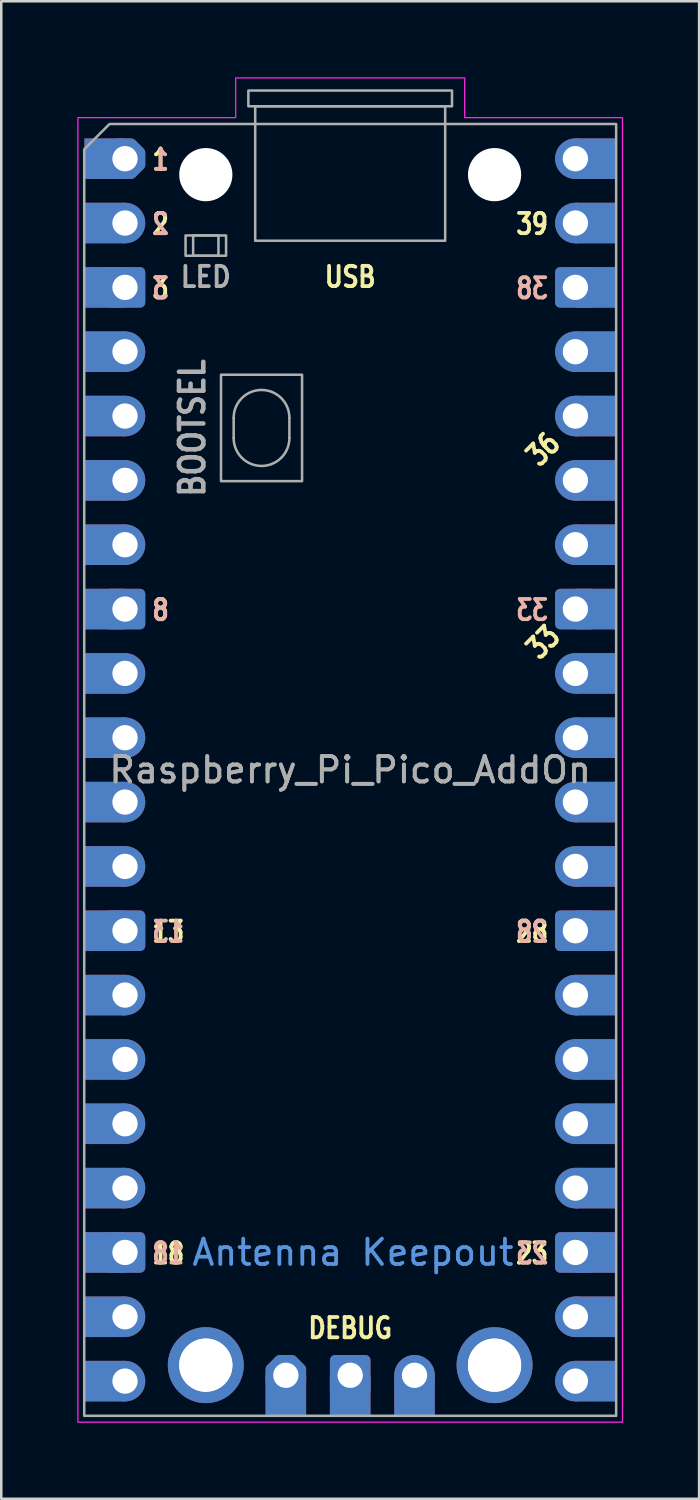
<source format=kicad_pcb>
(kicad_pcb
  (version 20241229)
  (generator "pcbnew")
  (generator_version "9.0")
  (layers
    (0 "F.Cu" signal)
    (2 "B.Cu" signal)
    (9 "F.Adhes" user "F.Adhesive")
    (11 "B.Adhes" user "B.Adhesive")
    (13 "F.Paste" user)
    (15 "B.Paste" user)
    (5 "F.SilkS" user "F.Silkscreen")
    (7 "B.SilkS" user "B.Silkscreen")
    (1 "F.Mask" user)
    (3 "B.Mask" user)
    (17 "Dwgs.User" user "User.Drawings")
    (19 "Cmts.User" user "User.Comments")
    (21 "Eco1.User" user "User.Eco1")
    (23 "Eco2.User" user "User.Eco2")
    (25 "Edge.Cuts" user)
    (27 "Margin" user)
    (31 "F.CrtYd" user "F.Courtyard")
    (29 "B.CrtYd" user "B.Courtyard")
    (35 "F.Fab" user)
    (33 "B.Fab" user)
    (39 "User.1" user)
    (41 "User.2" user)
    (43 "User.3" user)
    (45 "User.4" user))
  (footprint "Raspberry_Pi_Pico_AddOn"
    (layer "F.Cu")
    (at 1.885 3.215)
    (property "Reference" "Raspberry_Pi_Pico_AddOn" (at 8.89 24.13 0) (layer "F.Fab") (effects (font (size 1 1) (thickness 0.15))))
    (attr through_hole)
    (fp_poly (pts (xy 13.41 -1.62) (xy 19.64 -1.62) (xy 19.64 49.88) (xy -1.86 49.88) (xy -1.86 -1.62) (xy 4.37 -1.62) (xy 4.37 -3.19) (xy 13.41 -3.19)) (stroke (width 0.05) (type solid)) (fill no) (layer "F.CrtYd"))
    (fp_line (start 4.29 10.23) (end 4.29 11.03) (stroke (width 0.1) (type solid)) (layer "F.Fab"))
    (fp_line (start 6.49 10.23) (end 6.49 11.03) (stroke (width 0.1) (type solid)) (layer "F.Fab"))
    (fp_rect (start 2.39 3.03) (end 3.99 3.83) (stroke (width 0.1) (type solid)) (fill no) (layer "F.Fab"))
    (fp_rect (start 2.69 3.03) (end 3.69 3.83) (stroke (width 0.1) (type solid)) (fill no) (layer "F.Fab"))
    (fp_rect (start 3.79 8.53) (end 6.99 12.73) (stroke (width 0.1) (type solid)) (fill no) (layer "F.Fab"))
    (fp_rect (start 4.87 -2.69) (end 12.91 -2.07) (stroke (width 0.1) (type solid)) (fill no) (layer "F.Fab"))
    (fp_rect (start 5.14 -2.07) (end 12.64 3.24) (stroke (width 0.1) (type solid)) (fill no) (layer "F.Fab"))
    (fp_arc (start 4.29 10.23) (mid 5.39 9.13) (end 6.49 10.23) (stroke (width 0.1) (type solid)) (layer "F.Fab"))
    (fp_arc (start 6.49 11.03) (mid 5.39 12.13) (end 4.29 11.03) (stroke (width 0.1) (type solid)) (layer "F.Fab"))
    (fp_poly (pts (xy 19.39 49.63) (xy -1.61 49.63) (xy -1.61 -0.37) (xy -0.61 -1.37) (xy 19.39 -1.37)) (stroke (width 0.1) (type solid)) (fill no) (layer "F.Fab"))
    (fp_text user "33" (at 16.51 19.088 45) (unlocked yes) (layer "F.SilkS") (effects (font (size 0.8 0.64) (thickness 0.15))))
    (fp_text user "1" (at 1 0.038 0) (unlocked yes) (layer "F.SilkS") (effects (font (size 0.8 0.64) (thickness 0.15)) (justify left)))
    (fp_text user "39" (at 16.78 2.578 0) (unlocked yes) (layer "F.SilkS") (effects (font (size 0.8 0.64) (thickness 0.15)) (justify right)))
    (fp_text user "DEBUG" (at 8.89 46.168 0) (unlocked yes) (layer "F.SilkS") (effects (font (size 0.8 0.66) (thickness 0.15))))
    (fp_text user "36" (at 16.51 11.468 45) (unlocked yes) (layer "F.SilkS") (effects (font (size 0.8 0.64) (thickness 0.15))))
    (fp_text user "8" (at 1 17.818 0) (unlocked yes) (layer "F.SilkS") (effects (font (size 0.8 0.64) (thickness 0.15)) (justify left)))
    (fp_text user "13" (at 1 30.518 0) (unlocked yes) (layer "F.SilkS") (effects (font (size 0.8 0.64) (thickness 0.15)) (justify left)))
    (fp_text user "18" (at 1 43.218 0) (unlocked yes) (layer "F.SilkS") (effects (font (size 0.8 0.64) (thickness 0.15)) (justify left)))
    (fp_text user "3" (at 1 5.118 0) (unlocked yes) (layer "F.SilkS") (effects (font (size 0.8 0.64) (thickness 0.15)) (justify left)))
    (fp_text user "23" (at 16.78 43.218 0) (unlocked yes) (layer "F.SilkS") (effects (font (size 0.8 0.64) (thickness 0.15)) (justify right)))
    (fp_text user "USB" (at 8.89 4.668 0) (unlocked yes) (layer "F.SilkS") (effects (font (size 0.8 0.66) (thickness 0.15))))
    (fp_text user "2" (at 1 2.578 0) (unlocked yes) (layer "F.SilkS") (effects (font (size 0.8 0.64) (thickness 0.15)) (justify left)))
    (fp_text user "28" (at 16.78 30.518 0) (unlocked yes) (layer "F.SilkS") (effects (font (size 0.8 0.64) (thickness 0.15)) (justify right)))
    (fp_text user "23" (at 16.78 43.218 0) (unlocked yes) (layer "B.SilkS") (effects (font (size 0.8 0.64) (thickness 0.15)) (justify left mirror)))
    (fp_text user "13" (at 1 30.518 0) (unlocked yes) (layer "B.SilkS") (effects (font (size 0.8 0.64) (thickness 0.15)) (justify right mirror)))
    (fp_text user "33" (at 16.78 17.818 0) (unlocked yes) (layer "B.SilkS") (effects (font (size 0.8 0.64) (thickness 0.15)) (justify left mirror)))
    (fp_text user "2" (at 1 2.578 0) (unlocked yes) (layer "B.SilkS") (effects (font (size 0.8 0.64) (thickness 0.15)) (justify right mirror)))
    (fp_text user "1" (at 1 0.038 0) (unlocked yes) (layer "B.SilkS") (effects (font (size 0.8 0.64) (thickness 0.15)) (justify right mirror)))
    (fp_text user "8" (at 1 17.818 0) (unlocked yes) (layer "B.SilkS") (effects (font (size 0.8 0.64) (thickness 0.15)) (justify right mirror)))
    (fp_text user "18" (at 1 43.218 0) (unlocked yes) (layer "B.SilkS") (effects (font (size 0.8 0.64) (thickness 0.15)) (justify right mirror)))
    (fp_text user "38" (at 16.78 5.118 0) (unlocked yes) (layer "B.SilkS") (effects (font (size 0.8 0.64) (thickness 0.15)) (justify left mirror)))
    (fp_text user "3" (at 1 5.118 0) (unlocked yes) (layer "B.SilkS") (effects (font (size 0.8 0.64) (thickness 0.15)) (justify right mirror)))
    (fp_text user "28" (at 16.78 30.518 0) (unlocked yes) (layer "B.SilkS") (effects (font (size 0.8 0.64) (thickness 0.15)) (justify left mirror)))
    (fp_text user "Antenna Keepout" (at 9 43.18 0) (unlocked yes) (layer "Cmts.User") (effects (font (size 1 1) (thickness 0.15))))
    (fp_text user "BOOTSEL" (at 2.656 10.63 90) (unlocked yes) (layer "F.Fab") (effects (font (size 0.96 0.825) (thickness 0.18))))
    (fp_text user "${REFERENCE}" (at 8.89 24.13 0) (unlocked yes) (layer "F.Fab") (effects (font (size 1 1) (thickness 0.15))))
    (fp_text user "LED" (at 3.19 4.668 0) (unlocked yes) (layer "F.Fab") (effects (font (size 0.8 0.72) (thickness 0.15))))
    (pad "" np_thru_hole circle (at 3.19 0.63) (size 2.1 2.1) (drill 2.1) (layers "*.Cu" "*.Mask"))
    (pad "" np_thru_hole circle (at 3.19 47.63) (size 2.1 2.1) (drill 2.1) (layers "*.Cu" "*.Mask"))
    (pad "" np_thru_hole circle (at 14.59 0.63) (size 2.1 2.1) (drill 2.1) (layers "*.Cu" "*.Mask"))
    (pad "" np_thru_hole circle (at 14.59 47.63) (size 2.1 2.1) (drill 2.1) (layers "*.Cu" "*.Mask"))
    (pad "1" smd rect (at -0.8 0) (size 1.6 1.6) (layers "F.Cu" "F.Mask"))
    (pad "1" smd rect (at -0.8 0) (size 1.6 1.6) (layers "B.Cu" "B.Mask"))
    (pad "1" thru_hole custom (at 0 0) (size 1.6 1.6) (drill 1) (layers "*.Cu" "*.Mask") (options (anchor circle)) (primitives (gr_poly (pts (xy 0.6 0.249) (xy 0.249 0.6) (xy -0.249 0.6) (xy -0.6 0.249) (xy -0.6 -0.249) (xy -0.249 -0.6) (xy 0.249 -0.6) (xy 0.6 -0.249)) (width 0.4) (fill yes))))
    (pad "2" smd rect (at -0.8 2.54) (size 1.6 1.6) (layers "F.Cu" "F.Mask"))
    (pad "2" smd rect (at -0.8 2.54) (size 1.6 1.6) (layers "B.Cu" "B.Mask"))
    (pad "2" thru_hole circle (at 0 2.54) (size 1.6 1.6) (drill 1) (layers "*.Cu" "*.Mask"))
    (pad "3" smd rect (at -0.8 5.08) (size 1.6 1.6) (layers "F.Cu" "F.Mask"))
    (pad "3" smd rect (at -0.8 5.08) (size 1.6 1.6) (layers "B.Cu" "B.Mask"))
    (pad "3" thru_hole roundrect (at 0 5.08) (size 1.6 1.6) (drill 1) (layers "*.Cu" "*.Mask") (roundrect_rratio 0.125))
    (pad "4" smd rect (at -0.8 7.62) (size 1.6 1.6) (layers "F.Cu" "F.Mask"))
    (pad "4" smd rect (at -0.8 7.62) (size 1.6 1.6) (layers "B.Cu" "B.Mask"))
    (pad "4" thru_hole circle (at 0 7.62) (size 1.6 1.6) (drill 1) (layers "*.Cu" "*.Mask"))
    (pad "5" smd rect (at -0.8 10.16) (size 1.6 1.6) (layers "F.Cu" "F.Mask"))
    (pad "5" smd rect (at -0.8 10.16) (size 1.6 1.6) (layers "B.Cu" "B.Mask"))
    (pad "5" thru_hole circle (at 0 10.16) (size 1.6 1.6) (drill 1) (layers "*.Cu" "*.Mask"))
    (pad "6" smd rect (at -0.8 12.7) (size 1.6 1.6) (layers "F.Cu" "F.Mask"))
    (pad "6" smd rect (at -0.8 12.7) (size 1.6 1.6) (layers "B.Cu" "B.Mask"))
    (pad "6" thru_hole circle (at 0 12.7) (size 1.6 1.6) (drill 1) (layers "*.Cu" "*.Mask"))
    (pad "7" smd rect (at -0.8 15.24) (size 1.6 1.6) (layers "F.Cu" "F.Mask"))
    (pad "7" smd rect (at -0.8 15.24) (size 1.6 1.6) (layers "B.Cu" "B.Mask"))
    (pad "7" thru_hole circle (at 0 15.24) (size 1.6 1.6) (drill 1) (layers "*.Cu" "*.Mask"))
    (pad "8" smd rect (at -0.8 17.78) (size 1.6 1.6) (layers "F.Cu" "F.Mask"))
    (pad "8" smd rect (at -0.8 17.78) (size 1.6 1.6) (layers "B.Cu" "B.Mask"))
    (pad "8" thru_hole roundrect (at 0 17.78) (size 1.6 1.6) (drill 1) (layers "*.Cu" "*.Mask") (roundrect_rratio 0.125))
    (pad "9" smd rect (at -0.8 20.32) (size 1.6 1.6) (layers "F.Cu" "F.Mask"))
    (pad "9" smd rect (at -0.8 20.32) (size 1.6 1.6) (layers "B.Cu" "B.Mask"))
    (pad "9" thru_hole circle (at 0 20.32) (size 1.6 1.6) (drill 1) (layers "*.Cu" "*.Mask"))
    (pad "10" smd rect (at -0.8 22.86) (size 1.6 1.6) (layers "F.Cu" "F.Mask"))
    (pad "10" smd rect (at -0.8 22.86) (size 1.6 1.6) (layers "B.Cu" "B.Mask"))
    (pad "10" thru_hole circle (at 0 22.86) (size 1.6 1.6) (drill 1) (layers "*.Cu" "*.Mask"))
    (pad "11" smd rect (at -0.8 25.4) (size 1.6 1.6) (layers "F.Cu" "F.Mask"))
    (pad "11" smd rect (at -0.8 25.4) (size 1.6 1.6) (layers "B.Cu" "B.Mask"))
    (pad "11" thru_hole circle (at 0 25.4) (size 1.6 1.6) (drill 1) (layers "*.Cu" "*.Mask"))
    (pad "12" smd rect (at -0.8 27.94) (size 1.6 1.6) (layers "F.Cu" "F.Mask"))
    (pad "12" smd rect (at -0.8 27.94) (size 1.6 1.6) (layers "B.Cu" "B.Mask"))
    (pad "12" thru_hole circle (at 0 27.94) (size 1.6 1.6) (drill 1) (layers "*.Cu" "*.Mask"))
    (pad "13" smd rect (at -0.8 30.48) (size 1.6 1.6) (layers "F.Cu" "F.Mask"))
    (pad "13" smd rect (at -0.8 30.48) (size 1.6 1.6) (layers "B.Cu" "B.Mask"))
    (pad "13" thru_hole roundrect (at 0 30.48) (size 1.6 1.6) (drill 1) (layers "*.Cu" "*.Mask") (roundrect_rratio 0.125))
    (pad "14" smd rect (at -0.8 33.02) (size 1.6 1.6) (layers "F.Cu" "F.Mask"))
    (pad "14" smd rect (at -0.8 33.02) (size 1.6 1.6) (layers "B.Cu" "B.Mask"))
    (pad "14" thru_hole circle (at 0 33.02) (size 1.6 1.6) (drill 1) (layers "*.Cu" "*.Mask"))
    (pad "15" smd rect (at -0.8 35.56) (size 1.6 1.6) (layers "F.Cu" "F.Mask"))
    (pad "15" smd rect (at -0.8 35.56) (size 1.6 1.6) (layers "B.Cu" "B.Mask"))
    (pad "15" thru_hole circle (at 0 35.56) (size 1.6 1.6) (drill 1) (layers "*.Cu" "*.Mask"))
    (pad "16" smd rect (at -0.8 38.1) (size 1.6 1.6) (layers "F.Cu" "F.Mask"))
    (pad "16" smd rect (at -0.8 38.1) (size 1.6 1.6) (layers "B.Cu" "B.Mask"))
    (pad "16" thru_hole circle (at 0 38.1) (size 1.6 1.6) (drill 1) (layers "*.Cu" "*.Mask"))
    (pad "17" smd rect (at -0.8 40.64) (size 1.6 1.6) (layers "F.Cu" "F.Mask"))
    (pad "17" smd rect (at -0.8 40.64) (size 1.6 1.6) (layers "B.Cu" "B.Mask"))
    (pad "17" thru_hole circle (at 0 40.64) (size 1.6 1.6) (drill 1) (layers "*.Cu" "*.Mask"))
    (pad "18" smd rect (at -0.8 43.18) (size 1.6 1.6) (layers "F.Cu" "F.Mask"))
    (pad "18" smd rect (at -0.8 43.18) (size 1.6 1.6) (layers "B.Cu" "B.Mask"))
    (pad "18" thru_hole roundrect (at 0 43.18) (size 1.6 1.6) (drill 1) (layers "*.Cu" "*.Mask") (roundrect_rratio 0.125))
    (pad "19" smd rect (at -0.8 45.72) (size 1.6 1.6) (layers "F.Cu" "F.Mask"))
    (pad "19" smd rect (at -0.8 45.72) (size 1.6 1.6) (layers "B.Cu" "B.Mask"))
    (pad "19" thru_hole circle (at 0 45.72) (size 1.6 1.6) (drill 1) (layers "*.Cu" "*.Mask"))
    (pad "20" smd rect (at -0.8 48.26) (size 1.6 1.6) (layers "F.Cu" "F.Mask"))
    (pad "20" smd rect (at -0.8 48.26) (size 1.6 1.6) (layers "B.Cu" "B.Mask"))
    (pad "20" thru_hole circle (at 0 48.26) (size 1.6 1.6) (drill 1) (layers "*.Cu" "*.Mask"))
    (pad "21" thru_hole circle (at 17.78 48.26) (size 1.6 1.6) (drill 1) (layers "*.Cu" "*.Mask"))
    (pad "21" smd rect (at 18.58 48.26) (size 1.6 1.6) (layers "F.Cu" "F.Mask"))
    (pad "21" smd rect (at 18.58 48.26) (size 1.6 1.6) (layers "B.Cu" "B.Mask"))
    (pad "22" thru_hole circle (at 17.78 45.72) (size 1.6 1.6) (drill 1) (layers "*.Cu" "*.Mask"))
    (pad "22" smd rect (at 18.58 45.72) (size 1.6 1.6) (layers "F.Cu" "F.Mask"))
    (pad "22" smd rect (at 18.58 45.72) (size 1.6 1.6) (layers "B.Cu" "B.Mask"))
    (pad "23" thru_hole roundrect (at 17.78 43.18) (size 1.6 1.6) (drill 1) (layers "*.Cu" "*.Mask") (roundrect_rratio 0.125))
    (pad "23" smd rect (at 18.58 43.18) (size 1.6 1.6) (layers "F.Cu" "F.Mask"))
    (pad "23" smd rect (at 18.58 43.18) (size 1.6 1.6) (layers "B.Cu" "B.Mask"))
    (pad "24" thru_hole circle (at 17.78 40.64) (size 1.6 1.6) (drill 1) (layers "*.Cu" "*.Mask"))
    (pad "24" smd rect (at 18.58 40.64) (size 1.6 1.6) (layers "F.Cu" "F.Mask"))
    (pad "24" smd rect (at 18.58 40.64) (size 1.6 1.6) (layers "B.Cu" "B.Mask"))
    (pad "25" thru_hole circle (at 17.78 38.1) (size 1.6 1.6) (drill 1) (layers "*.Cu" "*.Mask"))
    (pad "25" smd rect (at 18.58 38.1) (size 1.6 1.6) (layers "F.Cu" "F.Mask"))
    (pad "25" smd rect (at 18.58 38.1) (size 1.6 1.6) (layers "B.Cu" "B.Mask"))
    (pad "26" thru_hole circle (at 17.78 35.56) (size 1.6 1.6) (drill 1) (layers "*.Cu" "*.Mask"))
    (pad "26" smd rect (at 18.58 35.56) (size 1.6 1.6) (layers "F.Cu" "F.Mask"))
    (pad "26" smd rect (at 18.58 35.56) (size 1.6 1.6) (layers "B.Cu" "B.Mask"))
    (pad "27" thru_hole circle (at 17.78 33.02) (size 1.6 1.6) (drill 1) (layers "*.Cu" "*.Mask"))
    (pad "27" smd rect (at 18.58 33.02) (size 1.6 1.6) (layers "F.Cu" "F.Mask"))
    (pad "27" smd rect (at 18.58 33.02) (size 1.6 1.6) (layers "B.Cu" "B.Mask"))
    (pad "28" thru_hole roundrect (at 17.78 30.48) (size 1.6 1.6) (drill 1) (layers "*.Cu" "*.Mask") (roundrect_rratio 0.125))
    (pad "28" smd rect (at 18.58 30.48) (size 1.6 1.6) (layers "F.Cu" "F.Mask"))
    (pad "28" smd rect (at 18.58 30.48) (size 1.6 1.6) (layers "B.Cu" "B.Mask"))
    (pad "29" thru_hole circle (at 17.78 27.94) (size 1.6 1.6) (drill 1) (layers "*.Cu" "*.Mask"))
    (pad "29" smd rect (at 18.58 27.94) (size 1.6 1.6) (layers "F.Cu" "F.Mask"))
    (pad "29" smd rect (at 18.58 27.94) (size 1.6 1.6) (layers "B.Cu" "B.Mask"))
    (pad "30" thru_hole circle (at 17.78 25.4) (size 1.6 1.6) (drill 1) (layers "*.Cu" "*.Mask"))
    (pad "30" smd rect (at 18.58 25.4) (size 1.6 1.6) (layers "F.Cu" "F.Mask"))
    (pad "30" smd rect (at 18.58 25.4) (size 1.6 1.6) (layers "B.Cu" "B.Mask"))
    (pad "31" thru_hole circle (at 17.78 22.86) (size 1.6 1.6) (drill 1) (layers "*.Cu" "*.Mask"))
    (pad "31" smd rect (at 18.58 22.86) (size 1.6 1.6) (layers "F.Cu" "F.Mask"))
    (pad "31" smd rect (at 18.58 22.86) (size 1.6 1.6) (layers "B.Cu" "B.Mask"))
    (pad "32" thru_hole circle (at 17.78 20.32) (size 1.6 1.6) (drill 1) (layers "*.Cu" "*.Mask"))
    (pad "32" smd rect (at 18.58 20.32) (size 1.6 1.6) (layers "F.Cu" "F.Mask"))
    (pad "32" smd rect (at 18.58 20.32) (size 1.6 1.6) (layers "B.Cu" "B.Mask"))
    (pad "33" thru_hole roundrect (at 17.78 17.78) (size 1.6 1.6) (drill 1) (layers "*.Cu" "*.Mask") (roundrect_rratio 0.125))
    (pad "33" smd rect (at 18.58 17.78) (size 1.6 1.6) (layers "F.Cu" "F.Mask"))
    (pad "33" smd rect (at 18.58 17.78) (size 1.6 1.6) (layers "B.Cu" "B.Mask"))
    (pad "34" thru_hole circle (at 17.78 15.24) (size 1.6 1.6) (drill 1) (layers "*.Cu" "*.Mask"))
    (pad "34" smd rect (at 18.58 15.24) (size 1.6 1.6) (layers "F.Cu" "F.Mask"))
    (pad "34" smd rect (at 18.58 15.24) (size 1.6 1.6) (layers "B.Cu" "B.Mask"))
    (pad "35" thru_hole circle (at 17.78 12.7) (size 1.6 1.6) (drill 1) (layers "*.Cu" "*.Mask"))
    (pad "35" smd rect (at 18.58 12.7) (size 1.6 1.6) (layers "F.Cu" "F.Mask"))
    (pad "35" smd rect (at 18.58 12.7) (size 1.6 1.6) (layers "B.Cu" "B.Mask"))
    (pad "36" thru_hole circle (at 17.78 10.16) (size 1.6 1.6) (drill 1) (layers "*.Cu" "*.Mask"))
    (pad "36" smd rect (at 18.58 10.16) (size 1.6 1.6) (layers "F.Cu" "F.Mask"))
    (pad "36" smd rect (at 18.58 10.16) (size 1.6 1.6) (layers "B.Cu" "B.Mask"))
    (pad "37" thru_hole circle (at 17.78 7.62) (size 1.6 1.6) (drill 1) (layers "*.Cu" "*.Mask"))
    (pad "37" smd rect (at 18.58 7.62) (size 1.6 1.6) (layers "F.Cu" "F.Mask"))
    (pad "37" smd rect (at 18.58 7.62) (size 1.6 1.6) (layers "B.Cu" "B.Mask"))
    (pad "38" thru_hole roundrect (at 17.78 5.08) (size 1.6 1.6) (drill 1) (layers "*.Cu" "*.Mask") (roundrect_rratio 0.125))
    (pad "38" smd rect (at 18.58 5.08) (size 1.6 1.6) (layers "F.Cu" "F.Mask"))
    (pad "38" smd rect (at 18.58 5.08) (size 1.6 1.6) (layers "B.Cu" "B.Mask"))
    (pad "39" thru_hole circle (at 17.78 2.54) (size 1.6 1.6) (drill 1) (layers "*.Cu" "*.Mask"))
    (pad "39" smd rect (at 18.58 2.54) (size 1.6 1.6) (layers "F.Cu" "F.Mask"))
    (pad "39" smd rect (at 18.58 2.54) (size 1.6 1.6) (layers "B.Cu" "B.Mask"))
    (pad "40" thru_hole circle (at 17.78 0) (size 1.6 1.6) (drill 1) (layers "*.Cu" "*.Mask"))
    (pad "40" smd rect (at 18.58 0) (size 1.6 1.6) (layers "F.Cu" "F.Mask"))
    (pad "40" smd rect (at 18.58 0) (size 1.6 1.6) (layers "B.Cu" "B.Mask"))
    (pad "41" thru_hole custom (at 6.35 48.03) (size 1.6 1.6) (drill 1) (layers "*.Cu" "*.Mask") (options (anchor circle)) (primitives (gr_poly (pts (xy 0.6 0.249) (xy 0.249 0.6) (xy -0.249 0.6) (xy -0.6 0.249) (xy -0.6 -0.249) (xy -0.249 -0.6) (xy 0.249 -0.6) (xy 0.6 -0.249)) (width 0.4) (fill yes))))
    (pad "41" smd rect (at 6.35 48.83) (size 1.6 1.6) (layers "F.Cu" "F.Mask"))
    (pad "41" smd rect (at 6.35 48.83) (size 1.6 1.6) (layers "B.Cu" "B.Mask"))
    (pad "42" thru_hole roundrect (at 8.89 48.03) (size 1.6 1.6) (drill 1) (layers "*.Cu" "*.Mask") (roundrect_rratio 0.125))
    (pad "42" smd rect (at 8.89 48.83) (size 1.6 1.6) (layers "F.Cu" "F.Mask"))
    (pad "42" smd rect (at 8.89 48.83) (size 1.6 1.6) (layers "B.Cu" "B.Mask"))
    (pad "43" thru_hole circle (at 11.43 48.03) (size 1.6 1.6) (drill 1) (layers "*.Cu" "*.Mask"))
    (pad "43" smd rect (at 11.43 48.83) (size 1.6 1.6) (layers "F.Cu" "F.Mask"))
    (pad "43" smd rect (at 11.43 48.83) (size 1.6 1.6) (layers "B.Cu" "B.Mask"))
    (pad "44" thru_hole circle (at 3.19 47.63) (size 3 3) (drill 2.1) (layers "*.Cu" "*.Mask"))
    (pad "44" thru_hole circle (at 14.59 47.63) (size 3 3) (drill 2.1) (layers "*.Cu" "*.Mask")))
  (gr_rect
    (start -3 -3)
    (end 24.55 56.12)
    (stroke (width 0.1) (type default))
    (fill no)
    (layer "Edge.Cuts")))
</source>
